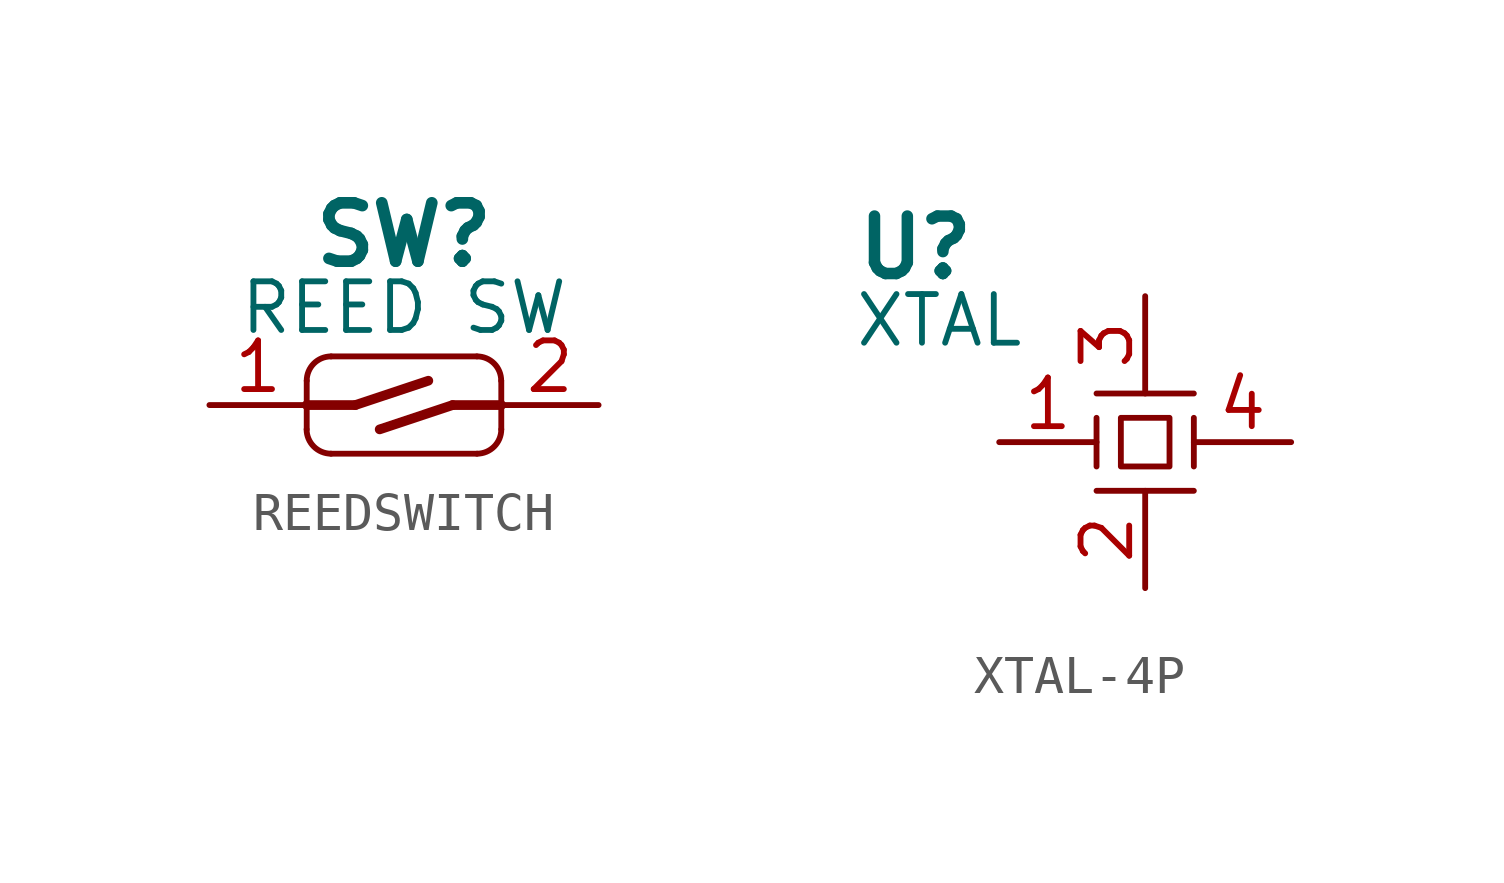
<source format=kicad_sym>
(kicad_symbol_lib
  (version 20231120)
  (generator "kicad_symbol_editor")
  (generator_version "8.0")
  (symbol "REEDSWITCH"
    (pin_names hide)
    (property "Reference" "SW"
      (at 0 -0.635 0)
      (effects (font (size 1.524 1.524) (bold yes))))
    (property "Value" "REED SW"
      (at 0 -2.54 0)
      (effects (font (size 1.27 1.27))))
    (symbol "REEDSWITCH_0_1"
      (arc (start -2.54 -5.715) (mid -2.354 -6.164) (end -1.905 -6.35) (stroke (width 0) (type default)) (fill (type none)))
      (arc (start -1.905 -3.81) (mid -2.354 -3.996) (end -2.54 -4.445) (stroke (width 0) (type default)) (fill (type none)))
      (polyline (pts (xy -2.54 -4.445) (xy -2.54 -5.715)) (stroke (width 0) (type default)) (fill (type none)))
      (polyline (pts (xy 1.905 -6.35) (xy -1.905 -6.35)) (stroke (width 0) (type default)) (fill (type none)))
      (polyline (pts (xy 1.905 -3.81) (xy -1.905 -3.81)) (stroke (width 0) (type default)) (fill (type none)))
      (polyline (pts (xy 2.54 -5.715) (xy 2.54 -4.445)) (stroke (width 0) (type default)) (fill (type none)))
      (arc (start 1.905 -6.35) (mid 2.354 -6.164) (end 2.54 -5.715) (stroke (width 0) (type default)) (fill (type none)))
      (arc (start 2.54 -4.445) (mid 2.354 -3.996) (end 1.905 -3.81) (stroke (width 0) (type default)) (fill (type none))))
    (symbol "REEDSWITCH_1_1"
      (polyline (pts (xy -2.54 -5.08) (xy -1.27 -5.08)) (stroke (width 0.254) (type default)) (fill (type none)))
      (polyline (pts (xy -1.27 -5.08) (xy 0.635 -4.445)) (stroke (width 0.254) (type default)) (fill (type none)))
      (polyline (pts (xy 1.27 -5.08) (xy -0.635 -5.715)) (stroke (width 0.254) (type default)) (fill (type none)))
      (polyline (pts (xy 2.54 -5.08) (xy 1.27 -5.08)) (stroke (width 0.254) (type default)) (fill (type none)))
      (pin passive line (at -5.08 -5.08 0) (length 2.54) (name "1" (effects (font (size 1.27 1.27)))) (number "1" (effects (font (size 1.27 1.27)))))
      (pin passive line (at 5.08 -5.08 180) (length 2.54) (name "2" (effects (font (size 1.27 1.27)))) (number "2" (effects (font (size 1.27 1.27)))))))
  (symbol "XTAL-4P"
    (pin_names hide)
    (property "Reference" "U"
      (at 0 0 0)
      (effects (font (size 1.5 1.5) (bold yes)) (justify left)))
    (property "Value" "XTAL"
      (at 0 -1.905 0)
      (effects (font (size 1.27 1.27)) (justify left)))
    (symbol "XTAL-4P_0_1"
      (polyline (pts (xy 6.35 -6.35) (xy 8.89 -6.35)) (stroke (width 0) (type default)) (fill (type none)))
      (polyline (pts (xy 6.35 -4.445) (xy 6.35 -5.715)) (stroke (width 0) (type default)) (fill (type none)))
      (polyline (pts (xy 6.35 -3.81) (xy 8.89 -3.81)) (stroke (width 0) (type default)) (fill (type none)))
      (polyline (pts (xy 8.89 -4.445) (xy 8.89 -5.715)) (stroke (width 0) (type default)) (fill (type none))))
    (symbol "XTAL-4P_1_1"
      (rectangle (start 6.985 -4.445) (end 8.255 -5.715) (stroke (width 0) (type default)) (fill (type none)))
      (pin passive line (at 3.81 -5.08 0) (length 2.54) (name "X1" (effects (font (size 1.27 1.27)))) (number "1" (effects (font (size 1.27 1.27)))))
      (pin passive line (at 7.62 -8.89 90) (length 2.54) (name "GND1" (effects (font (size 1.27 1.27)))) (number "2" (effects (font (size 1.27 1.27)))))
      (pin passive line (at 7.62 -1.27 270) (length 2.54) (name "GND2" (effects (font (size 1.27 1.27)))) (number "3" (effects (font (size 1.27 1.27)))))
      (pin passive line (at 11.43 -5.08 180) (length 2.54) (name "X2" (effects (font (size 1.27 1.27)))) (number "4" (effects (font (size 1.27 1.27))))))))
</source>
